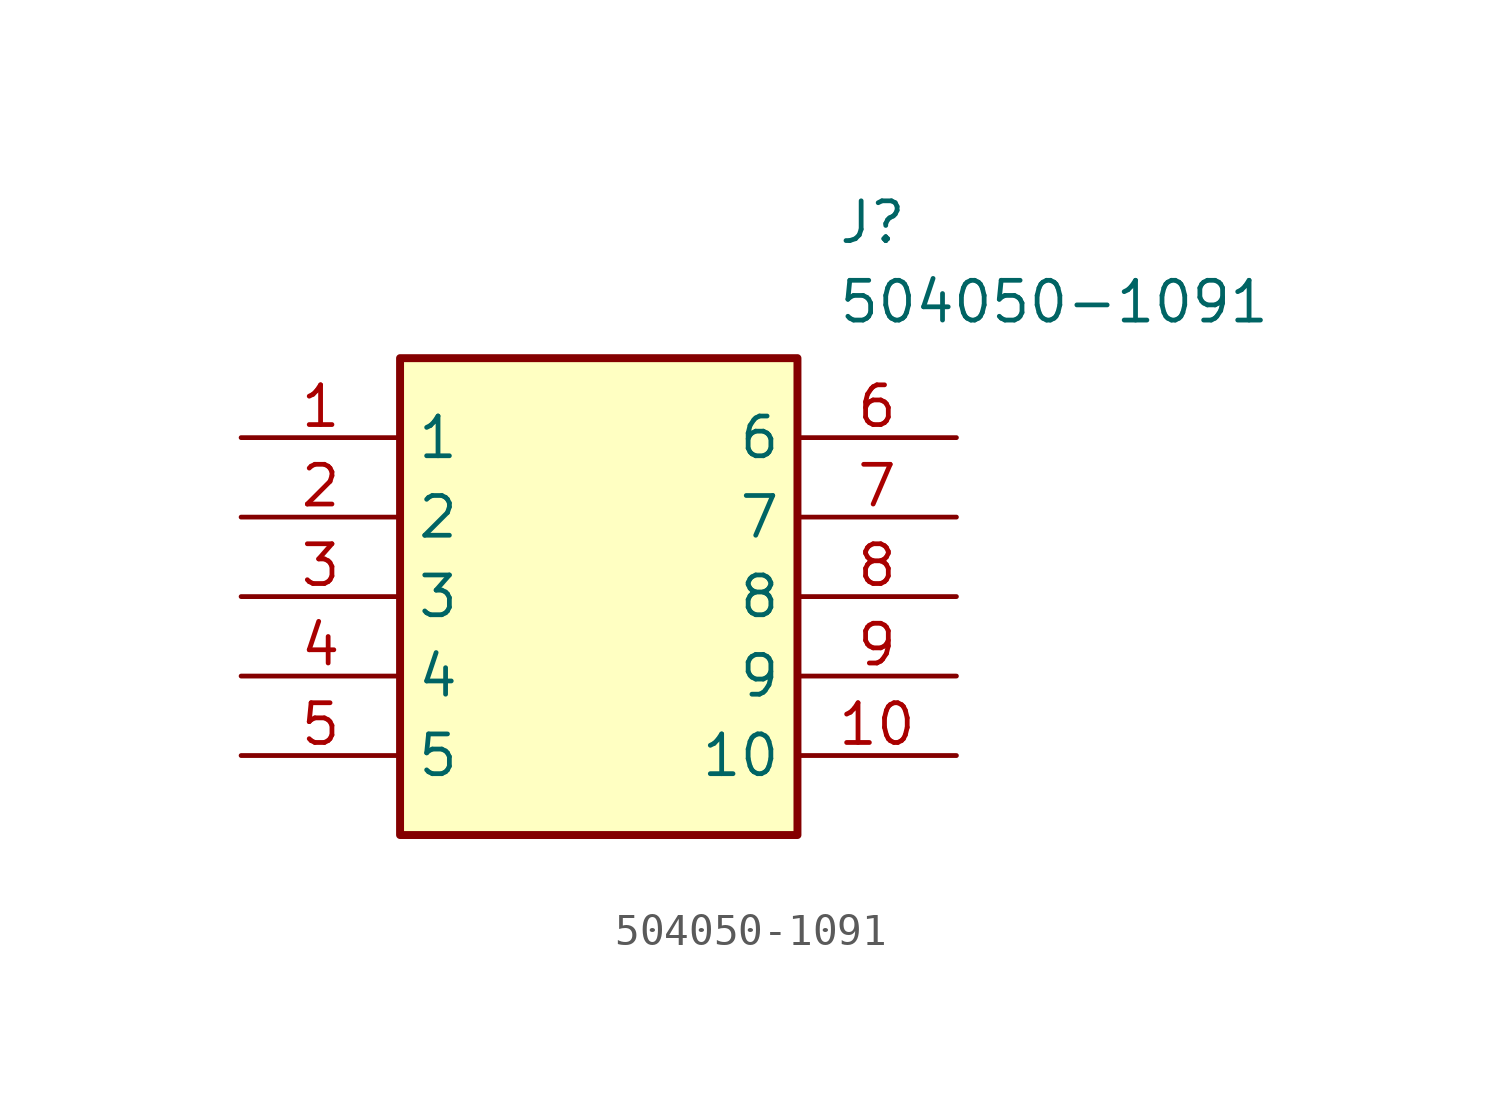
<source format=kicad_sym>
(kicad_symbol_lib
  (version 20211014)
  (generator SamacSys_ECAD_Model)
  (symbol "504050-1091"
    (property "Reference" "J"
      (at 19.05 7.62 0)
      (effects (font (size 1.27 1.27)) (justify left top)))
    (property "Value" "504050-1091"
      (at 19.05 5.08 0)
      (effects (font (size 1.27 1.27)) (justify left top)))
    (rectangle
      (start 5.08 2.54)
      (end 17.78 -12.7)
      (stroke (width 0.254) (type default))
      (fill (type background)))
    (pin passive line
      (at 0 0 0)
      (length 5.08)
      (name "1" (effects (font (size 1.27 1.27))))
      (number "1" (effects (font (size 1.27 1.27)))))
    (pin passive line
      (at 0 -2.54 0)
      (length 5.08)
      (name "2" (effects (font (size 1.27 1.27))))
      (number "2" (effects (font (size 1.27 1.27)))))
    (pin passive line
      (at 0 -5.08 0)
      (length 5.08)
      (name "3" (effects (font (size 1.27 1.27))))
      (number "3" (effects (font (size 1.27 1.27)))))
    (pin passive line
      (at 0 -7.62 0)
      (length 5.08)
      (name "4" (effects (font (size 1.27 1.27))))
      (number "4" (effects (font (size 1.27 1.27)))))
    (pin passive line
      (at 0 -10.16 0)
      (length 5.08)
      (name "5" (effects (font (size 1.27 1.27))))
      (number "5" (effects (font (size 1.27 1.27)))))
    (pin passive line
      (at 22.86 0 180)
      (length 5.08)
      (name "6" (effects (font (size 1.27 1.27))))
      (number "6" (effects (font (size 1.27 1.27)))))
    (pin passive line
      (at 22.86 -2.54 180)
      (length 5.08)
      (name "7" (effects (font (size 1.27 1.27))))
      (number "7" (effects (font (size 1.27 1.27)))))
    (pin passive line
      (at 22.86 -5.08 180)
      (length 5.08)
      (name "8" (effects (font (size 1.27 1.27))))
      (number "8" (effects (font (size 1.27 1.27)))))
    (pin passive line
      (at 22.86 -7.62 180)
      (length 5.08)
      (name "9" (effects (font (size 1.27 1.27))))
      (number "9" (effects (font (size 1.27 1.27)))))
    (pin passive line
      (at 22.86 -10.16 180)
      (length 5.08)
      (name "10" (effects (font (size 1.27 1.27))))
      (number "10" (effects (font (size 1.27 1.27)))))))
</source>
